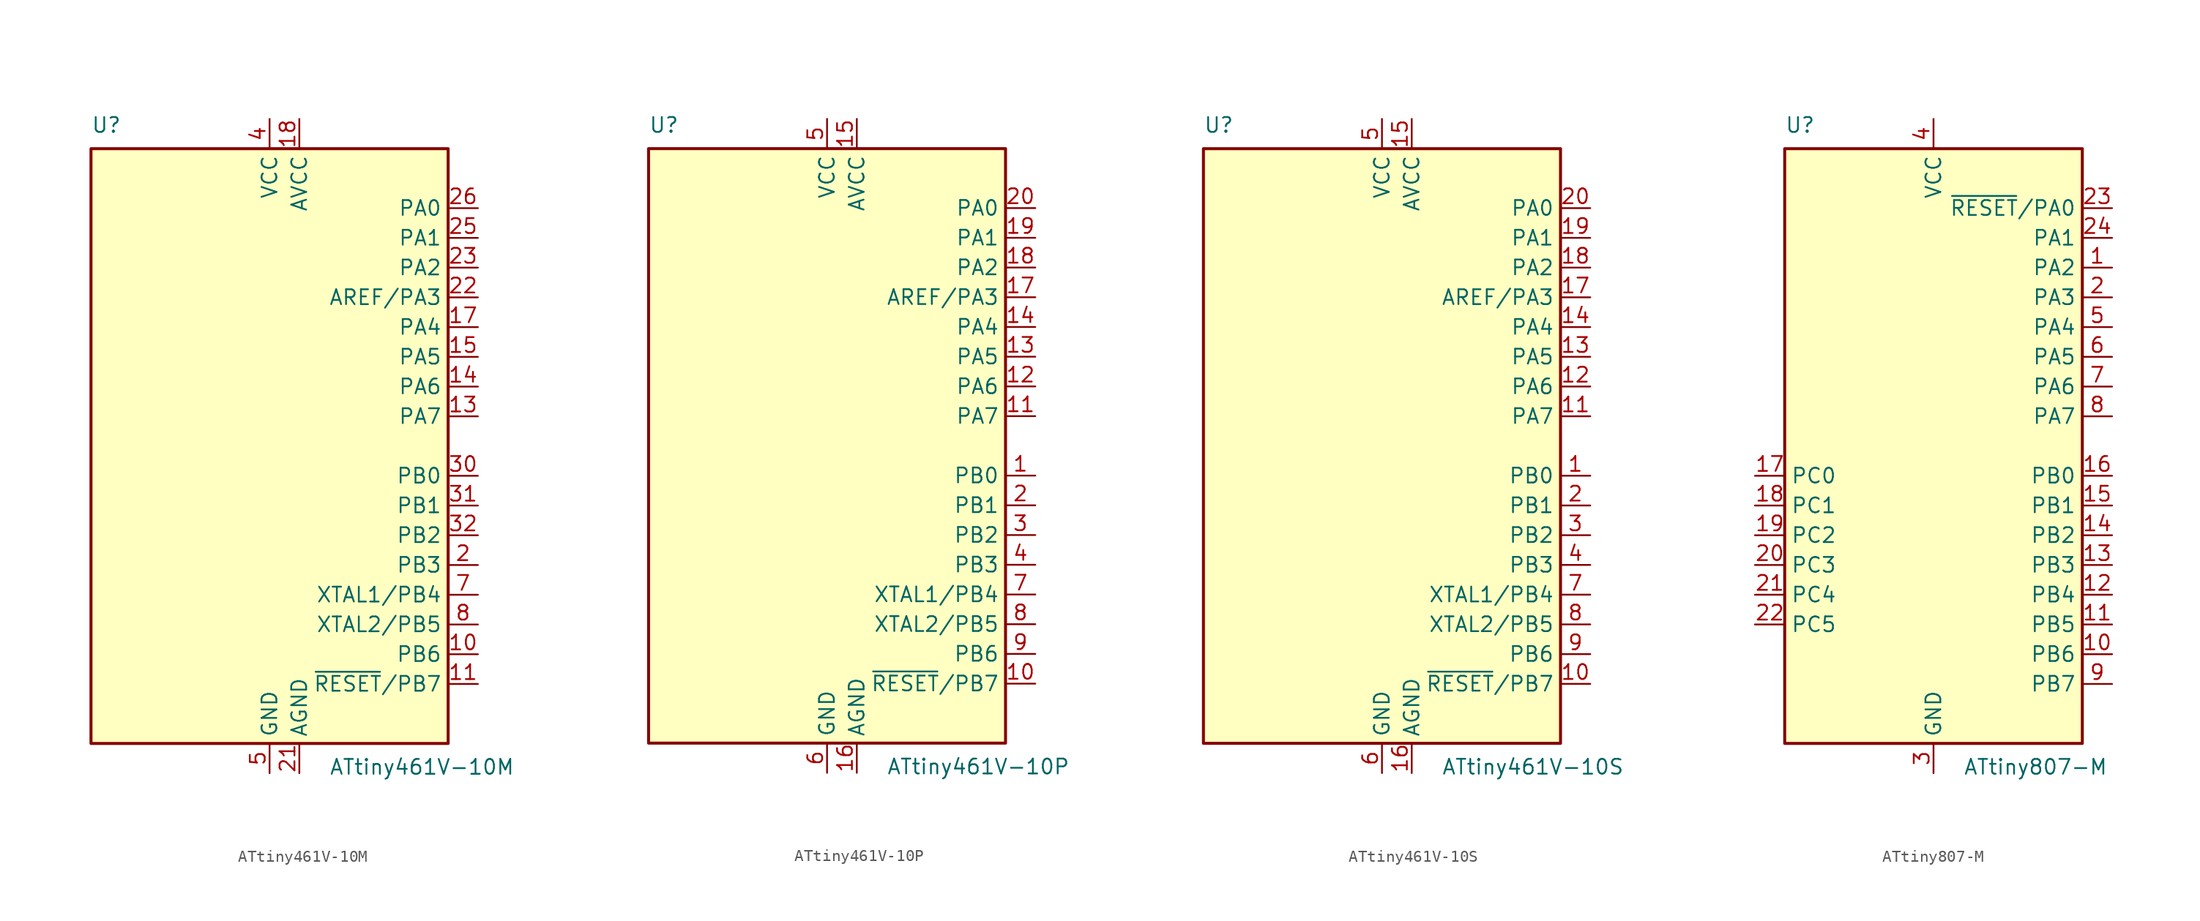
<source format=kicad_sym>
(kicad_symbol_lib
  (version 20211014)
  (generator kicad_symbol_editor)
  (symbol "ATtiny461V-10M"
    (property "Reference" "U"
      (at -15.24 26.67 0)
      (effects (font (size 1.27 1.27)) (justify left bottom)))
    (property "Value" "ATtiny461V-10M"
      (at 5.08 -26.67 0)
      (effects (font (size 1.27 1.27)) (justify left top)))
    (symbol "ATtiny461V-10M_0_1"
      (rectangle (start -15.24 -25.4) (end 15.24 25.4) (stroke (width 0.254) (type default) (color 0 0 0 0)) (fill (type background))))
    (symbol "ATtiny461V-10M_1_1"
      (pin no_connect line (at -15.24 5.08 0) (length 2.54) hide (name "NC" (effects (font (size 1.27 1.27)))) (number "1" (effects (font (size 1.27 1.27)))))
      (pin bidirectional line (at 17.78 -17.78 180) (length 2.54) (name "PB6" (effects (font (size 1.27 1.27)))) (number "10" (effects (font (size 1.27 1.27)))))
      (pin bidirectional line (at 17.78 -20.32 180) (length 2.54) (name "~{RESET}/PB7" (effects (font (size 1.27 1.27)))) (number "11" (effects (font (size 1.27 1.27)))))
      (pin no_connect line (at -15.24 -5.08 0) (length 2.54) hide (name "NC" (effects (font (size 1.27 1.27)))) (number "12" (effects (font (size 1.27 1.27)))))
      (pin bidirectional line (at 17.78 2.54 180) (length 2.54) (name "PA7" (effects (font (size 1.27 1.27)))) (number "13" (effects (font (size 1.27 1.27)))))
      (pin bidirectional line (at 17.78 5.08 180) (length 2.54) (name "PA6" (effects (font (size 1.27 1.27)))) (number "14" (effects (font (size 1.27 1.27)))))
      (pin bidirectional line (at 17.78 7.62 180) (length 2.54) (name "PA5" (effects (font (size 1.27 1.27)))) (number "15" (effects (font (size 1.27 1.27)))))
      (pin no_connect line (at -15.24 -7.62 0) (length 2.54) hide (name "NC" (effects (font (size 1.27 1.27)))) (number "16" (effects (font (size 1.27 1.27)))))
      (pin bidirectional line (at 17.78 10.16 180) (length 2.54) (name "PA4" (effects (font (size 1.27 1.27)))) (number "17" (effects (font (size 1.27 1.27)))))
      (pin power_in line (at 2.54 27.94 270) (length 2.54) (name "AVCC" (effects (font (size 1.27 1.27)))) (number "18" (effects (font (size 1.27 1.27)))))
      (pin no_connect line (at -15.24 -10.16 0) (length 2.54) hide (name "NC" (effects (font (size 1.27 1.27)))) (number "19" (effects (font (size 1.27 1.27)))))
      (pin bidirectional line (at 17.78 -10.16 180) (length 2.54) (name "PB3" (effects (font (size 1.27 1.27)))) (number "2" (effects (font (size 1.27 1.27)))))
      (pin no_connect line (at -15.24 -12.7 0) (length 2.54) hide (name "NC" (effects (font (size 1.27 1.27)))) (number "20" (effects (font (size 1.27 1.27)))))
      (pin power_in line (at 2.54 -27.94 90) (length 2.54) (name "AGND" (effects (font (size 1.27 1.27)))) (number "21" (effects (font (size 1.27 1.27)))))
      (pin bidirectional line (at 17.78 12.7 180) (length 2.54) (name "AREF/PA3" (effects (font (size 1.27 1.27)))) (number "22" (effects (font (size 1.27 1.27)))))
      (pin bidirectional line (at 17.78 15.24 180) (length 2.54) (name "PA2" (effects (font (size 1.27 1.27)))) (number "23" (effects (font (size 1.27 1.27)))))
      (pin no_connect line (at -15.24 -15.24 0) (length 2.54) hide (name "NC" (effects (font (size 1.27 1.27)))) (number "24" (effects (font (size 1.27 1.27)))))
      (pin bidirectional line (at 17.78 17.78 180) (length 2.54) (name "PA1" (effects (font (size 1.27 1.27)))) (number "25" (effects (font (size 1.27 1.27)))))
      (pin bidirectional line (at 17.78 20.32 180) (length 2.54) (name "PA0" (effects (font (size 1.27 1.27)))) (number "26" (effects (font (size 1.27 1.27)))))
      (pin no_connect line (at -15.24 -17.78 0) (length 2.54) hide (name "NC" (effects (font (size 1.27 1.27)))) (number "27" (effects (font (size 1.27 1.27)))))
      (pin no_connect line (at -15.24 -20.32 0) (length 2.54) hide (name "NC" (effects (font (size 1.27 1.27)))) (number "28" (effects (font (size 1.27 1.27)))))
      (pin no_connect line (at -15.24 -22.86 0) (length 2.54) hide (name "NC" (effects (font (size 1.27 1.27)))) (number "29" (effects (font (size 1.27 1.27)))))
      (pin no_connect line (at -15.24 2.54 0) (length 2.54) hide (name "NC" (effects (font (size 1.27 1.27)))) (number "3" (effects (font (size 1.27 1.27)))))
      (pin bidirectional line (at 17.78 -2.54 180) (length 2.54) (name "PB0" (effects (font (size 1.27 1.27)))) (number "30" (effects (font (size 1.27 1.27)))))
      (pin bidirectional line (at 17.78 -5.08 180) (length 2.54) (name "PB1" (effects (font (size 1.27 1.27)))) (number "31" (effects (font (size 1.27 1.27)))))
      (pin bidirectional line (at 17.78 -7.62 180) (length 2.54) (name "PB2" (effects (font (size 1.27 1.27)))) (number "32" (effects (font (size 1.27 1.27)))))
      (pin passive line (at 0 -27.94 90) (length 2.54) hide (name "GND" (effects (font (size 1.27 1.27)))) (number "33" (effects (font (size 1.27 1.27)))))
      (pin power_in line (at 0 27.94 270) (length 2.54) (name "VCC" (effects (font (size 1.27 1.27)))) (number "4" (effects (font (size 1.27 1.27)))))
      (pin power_in line (at 0 -27.94 90) (length 2.54) (name "GND" (effects (font (size 1.27 1.27)))) (number "5" (effects (font (size 1.27 1.27)))))
      (pin no_connect line (at -15.24 0 0) (length 2.54) hide (name "NC" (effects (font (size 1.27 1.27)))) (number "6" (effects (font (size 1.27 1.27)))))
      (pin bidirectional line (at 17.78 -12.7 180) (length 2.54) (name "XTAL1/PB4" (effects (font (size 1.27 1.27)))) (number "7" (effects (font (size 1.27 1.27)))))
      (pin bidirectional line (at 17.78 -15.24 180) (length 2.54) (name "XTAL2/PB5" (effects (font (size 1.27 1.27)))) (number "8" (effects (font (size 1.27 1.27)))))
      (pin no_connect line (at -15.24 -2.54 0) (length 2.54) hide (name "NC" (effects (font (size 1.27 1.27)))) (number "9" (effects (font (size 1.27 1.27)))))))
  (symbol "ATtiny461V-10P"
    (property "Reference" "U"
      (at -15.24 26.67 0)
      (effects (font (size 1.27 1.27)) (justify left bottom)))
    (property "Value" "ATtiny461V-10P"
      (at 5.08 -26.67 0)
      (effects (font (size 1.27 1.27)) (justify left top)))
    (symbol "ATtiny461V-10P_0_1"
      (rectangle (start -15.24 -25.4) (end 15.24 25.4) (stroke (width 0.254) (type default) (color 0 0 0 0)) (fill (type background))))
    (symbol "ATtiny461V-10P_1_1"
      (pin bidirectional line (at 17.78 -2.54 180) (length 2.54) (name "PB0" (effects (font (size 1.27 1.27)))) (number "1" (effects (font (size 1.27 1.27)))))
      (pin bidirectional line (at 17.78 -20.32 180) (length 2.54) (name "~{RESET}/PB7" (effects (font (size 1.27 1.27)))) (number "10" (effects (font (size 1.27 1.27)))))
      (pin bidirectional line (at 17.78 2.54 180) (length 2.54) (name "PA7" (effects (font (size 1.27 1.27)))) (number "11" (effects (font (size 1.27 1.27)))))
      (pin bidirectional line (at 17.78 5.08 180) (length 2.54) (name "PA6" (effects (font (size 1.27 1.27)))) (number "12" (effects (font (size 1.27 1.27)))))
      (pin bidirectional line (at 17.78 7.62 180) (length 2.54) (name "PA5" (effects (font (size 1.27 1.27)))) (number "13" (effects (font (size 1.27 1.27)))))
      (pin bidirectional line (at 17.78 10.16 180) (length 2.54) (name "PA4" (effects (font (size 1.27 1.27)))) (number "14" (effects (font (size 1.27 1.27)))))
      (pin power_in line (at 2.54 27.94 270) (length 2.54) (name "AVCC" (effects (font (size 1.27 1.27)))) (number "15" (effects (font (size 1.27 1.27)))))
      (pin power_in line (at 2.54 -27.94 90) (length 2.54) (name "AGND" (effects (font (size 1.27 1.27)))) (number "16" (effects (font (size 1.27 1.27)))))
      (pin bidirectional line (at 17.78 12.7 180) (length 2.54) (name "AREF/PA3" (effects (font (size 1.27 1.27)))) (number "17" (effects (font (size 1.27 1.27)))))
      (pin bidirectional line (at 17.78 15.24 180) (length 2.54) (name "PA2" (effects (font (size 1.27 1.27)))) (number "18" (effects (font (size 1.27 1.27)))))
      (pin bidirectional line (at 17.78 17.78 180) (length 2.54) (name "PA1" (effects (font (size 1.27 1.27)))) (number "19" (effects (font (size 1.27 1.27)))))
      (pin bidirectional line (at 17.78 -5.08 180) (length 2.54) (name "PB1" (effects (font (size 1.27 1.27)))) (number "2" (effects (font (size 1.27 1.27)))))
      (pin bidirectional line (at 17.78 20.32 180) (length 2.54) (name "PA0" (effects (font (size 1.27 1.27)))) (number "20" (effects (font (size 1.27 1.27)))))
      (pin bidirectional line (at 17.78 -7.62 180) (length 2.54) (name "PB2" (effects (font (size 1.27 1.27)))) (number "3" (effects (font (size 1.27 1.27)))))
      (pin bidirectional line (at 17.78 -10.16 180) (length 2.54) (name "PB3" (effects (font (size 1.27 1.27)))) (number "4" (effects (font (size 1.27 1.27)))))
      (pin power_in line (at 0 27.94 270) (length 2.54) (name "VCC" (effects (font (size 1.27 1.27)))) (number "5" (effects (font (size 1.27 1.27)))))
      (pin power_in line (at 0 -27.94 90) (length 2.54) (name "GND" (effects (font (size 1.27 1.27)))) (number "6" (effects (font (size 1.27 1.27)))))
      (pin bidirectional line (at 17.78 -12.7 180) (length 2.54) (name "XTAL1/PB4" (effects (font (size 1.27 1.27)))) (number "7" (effects (font (size 1.27 1.27)))))
      (pin bidirectional line (at 17.78 -15.24 180) (length 2.54) (name "XTAL2/PB5" (effects (font (size 1.27 1.27)))) (number "8" (effects (font (size 1.27 1.27)))))
      (pin bidirectional line (at 17.78 -17.78 180) (length 2.54) (name "PB6" (effects (font (size 1.27 1.27)))) (number "9" (effects (font (size 1.27 1.27)))))))
  (symbol "ATtiny461V-10S"
    (property "Reference" "U"
      (at -15.24 26.67 0)
      (effects (font (size 1.27 1.27)) (justify left bottom)))
    (property "Value" "ATtiny461V-10S"
      (at 5.08 -26.67 0)
      (effects (font (size 1.27 1.27)) (justify left top)))
    (symbol "ATtiny461V-10S_0_1"
      (rectangle (start -15.24 -25.4) (end 15.24 25.4) (stroke (width 0.254) (type default) (color 0 0 0 0)) (fill (type background))))
    (symbol "ATtiny461V-10S_1_1"
      (pin bidirectional line (at 17.78 -2.54 180) (length 2.54) (name "PB0" (effects (font (size 1.27 1.27)))) (number "1" (effects (font (size 1.27 1.27)))))
      (pin bidirectional line (at 17.78 -20.32 180) (length 2.54) (name "~{RESET}/PB7" (effects (font (size 1.27 1.27)))) (number "10" (effects (font (size 1.27 1.27)))))
      (pin bidirectional line (at 17.78 2.54 180) (length 2.54) (name "PA7" (effects (font (size 1.27 1.27)))) (number "11" (effects (font (size 1.27 1.27)))))
      (pin bidirectional line (at 17.78 5.08 180) (length 2.54) (name "PA6" (effects (font (size 1.27 1.27)))) (number "12" (effects (font (size 1.27 1.27)))))
      (pin bidirectional line (at 17.78 7.62 180) (length 2.54) (name "PA5" (effects (font (size 1.27 1.27)))) (number "13" (effects (font (size 1.27 1.27)))))
      (pin bidirectional line (at 17.78 10.16 180) (length 2.54) (name "PA4" (effects (font (size 1.27 1.27)))) (number "14" (effects (font (size 1.27 1.27)))))
      (pin power_in line (at 2.54 27.94 270) (length 2.54) (name "AVCC" (effects (font (size 1.27 1.27)))) (number "15" (effects (font (size 1.27 1.27)))))
      (pin power_in line (at 2.54 -27.94 90) (length 2.54) (name "AGND" (effects (font (size 1.27 1.27)))) (number "16" (effects (font (size 1.27 1.27)))))
      (pin bidirectional line (at 17.78 12.7 180) (length 2.54) (name "AREF/PA3" (effects (font (size 1.27 1.27)))) (number "17" (effects (font (size 1.27 1.27)))))
      (pin bidirectional line (at 17.78 15.24 180) (length 2.54) (name "PA2" (effects (font (size 1.27 1.27)))) (number "18" (effects (font (size 1.27 1.27)))))
      (pin bidirectional line (at 17.78 17.78 180) (length 2.54) (name "PA1" (effects (font (size 1.27 1.27)))) (number "19" (effects (font (size 1.27 1.27)))))
      (pin bidirectional line (at 17.78 -5.08 180) (length 2.54) (name "PB1" (effects (font (size 1.27 1.27)))) (number "2" (effects (font (size 1.27 1.27)))))
      (pin bidirectional line (at 17.78 20.32 180) (length 2.54) (name "PA0" (effects (font (size 1.27 1.27)))) (number "20" (effects (font (size 1.27 1.27)))))
      (pin bidirectional line (at 17.78 -7.62 180) (length 2.54) (name "PB2" (effects (font (size 1.27 1.27)))) (number "3" (effects (font (size 1.27 1.27)))))
      (pin bidirectional line (at 17.78 -10.16 180) (length 2.54) (name "PB3" (effects (font (size 1.27 1.27)))) (number "4" (effects (font (size 1.27 1.27)))))
      (pin power_in line (at 0 27.94 270) (length 2.54) (name "VCC" (effects (font (size 1.27 1.27)))) (number "5" (effects (font (size 1.27 1.27)))))
      (pin power_in line (at 0 -27.94 90) (length 2.54) (name "GND" (effects (font (size 1.27 1.27)))) (number "6" (effects (font (size 1.27 1.27)))))
      (pin bidirectional line (at 17.78 -12.7 180) (length 2.54) (name "XTAL1/PB4" (effects (font (size 1.27 1.27)))) (number "7" (effects (font (size 1.27 1.27)))))
      (pin bidirectional line (at 17.78 -15.24 180) (length 2.54) (name "XTAL2/PB5" (effects (font (size 1.27 1.27)))) (number "8" (effects (font (size 1.27 1.27)))))
      (pin bidirectional line (at 17.78 -17.78 180) (length 2.54) (name "PB6" (effects (font (size 1.27 1.27)))) (number "9" (effects (font (size 1.27 1.27)))))))
  (symbol "ATtiny807-M"
    (property "Reference" "U"
      (at -12.7 26.67 0)
      (effects (font (size 1.27 1.27)) (justify left bottom)))
    (property "Value" "ATtiny807-M"
      (at 2.54 -26.67 0)
      (effects (font (size 1.27 1.27)) (justify left top)))
    (symbol "ATtiny807-M_0_1"
      (rectangle (start -12.7 -25.4) (end 12.7 25.4) (stroke (width 0.254) (type default) (color 0 0 0 0)) (fill (type background))))
    (symbol "ATtiny807-M_1_1"
      (pin bidirectional line (at 15.24 15.24 180) (length 2.54) (name "PA2" (effects (font (size 1.27 1.27)))) (number "1" (effects (font (size 1.27 1.27)))))
      (pin bidirectional line (at 15.24 -17.78 180) (length 2.54) (name "PB6" (effects (font (size 1.27 1.27)))) (number "10" (effects (font (size 1.27 1.27)))))
      (pin bidirectional line (at 15.24 -15.24 180) (length 2.54) (name "PB5" (effects (font (size 1.27 1.27)))) (number "11" (effects (font (size 1.27 1.27)))))
      (pin bidirectional line (at 15.24 -12.7 180) (length 2.54) (name "PB4" (effects (font (size 1.27 1.27)))) (number "12" (effects (font (size 1.27 1.27)))))
      (pin bidirectional line (at 15.24 -10.16 180) (length 2.54) (name "PB3" (effects (font (size 1.27 1.27)))) (number "13" (effects (font (size 1.27 1.27)))))
      (pin bidirectional line (at 15.24 -7.62 180) (length 2.54) (name "PB2" (effects (font (size 1.27 1.27)))) (number "14" (effects (font (size 1.27 1.27)))))
      (pin bidirectional line (at 15.24 -5.08 180) (length 2.54) (name "PB1" (effects (font (size 1.27 1.27)))) (number "15" (effects (font (size 1.27 1.27)))))
      (pin bidirectional line (at 15.24 -2.54 180) (length 2.54) (name "PB0" (effects (font (size 1.27 1.27)))) (number "16" (effects (font (size 1.27 1.27)))))
      (pin bidirectional line (at -15.24 -2.54 0) (length 2.54) (name "PC0" (effects (font (size 1.27 1.27)))) (number "17" (effects (font (size 1.27 1.27)))))
      (pin bidirectional line (at -15.24 -5.08 0) (length 2.54) (name "PC1" (effects (font (size 1.27 1.27)))) (number "18" (effects (font (size 1.27 1.27)))))
      (pin bidirectional line (at -15.24 -7.62 0) (length 2.54) (name "PC2" (effects (font (size 1.27 1.27)))) (number "19" (effects (font (size 1.27 1.27)))))
      (pin bidirectional line (at 15.24 12.7 180) (length 2.54) (name "PA3" (effects (font (size 1.27 1.27)))) (number "2" (effects (font (size 1.27 1.27)))))
      (pin bidirectional line (at -15.24 -10.16 0) (length 2.54) (name "PC3" (effects (font (size 1.27 1.27)))) (number "20" (effects (font (size 1.27 1.27)))))
      (pin bidirectional line (at -15.24 -12.7 0) (length 2.54) (name "PC4" (effects (font (size 1.27 1.27)))) (number "21" (effects (font (size 1.27 1.27)))))
      (pin bidirectional line (at -15.24 -15.24 0) (length 2.54) (name "PC5" (effects (font (size 1.27 1.27)))) (number "22" (effects (font (size 1.27 1.27)))))
      (pin bidirectional line (at 15.24 20.32 180) (length 2.54) (name "~{RESET}/PA0" (effects (font (size 1.27 1.27)))) (number "23" (effects (font (size 1.27 1.27)))))
      (pin bidirectional line (at 15.24 17.78 180) (length 2.54) (name "PA1" (effects (font (size 1.27 1.27)))) (number "24" (effects (font (size 1.27 1.27)))))
      (pin passive line (at 0 -27.94 90) (length 2.54) hide (name "GND" (effects (font (size 1.27 1.27)))) (number "25" (effects (font (size 1.27 1.27)))))
      (pin power_in line (at 0 -27.94 90) (length 2.54) (name "GND" (effects (font (size 1.27 1.27)))) (number "3" (effects (font (size 1.27 1.27)))))
      (pin power_in line (at 0 27.94 270) (length 2.54) (name "VCC" (effects (font (size 1.27 1.27)))) (number "4" (effects (font (size 1.27 1.27)))))
      (pin bidirectional line (at 15.24 10.16 180) (length 2.54) (name "PA4" (effects (font (size 1.27 1.27)))) (number "5" (effects (font (size 1.27 1.27)))))
      (pin bidirectional line (at 15.24 7.62 180) (length 2.54) (name "PA5" (effects (font (size 1.27 1.27)))) (number "6" (effects (font (size 1.27 1.27)))))
      (pin bidirectional line (at 15.24 5.08 180) (length 2.54) (name "PA6" (effects (font (size 1.27 1.27)))) (number "7" (effects (font (size 1.27 1.27)))))
      (pin bidirectional line (at 15.24 2.54 180) (length 2.54) (name "PA7" (effects (font (size 1.27 1.27)))) (number "8" (effects (font (size 1.27 1.27)))))
      (pin bidirectional line (at 15.24 -20.32 180) (length 2.54) (name "PB7" (effects (font (size 1.27 1.27)))) (number "9" (effects (font (size 1.27 1.27))))))))
</source>
